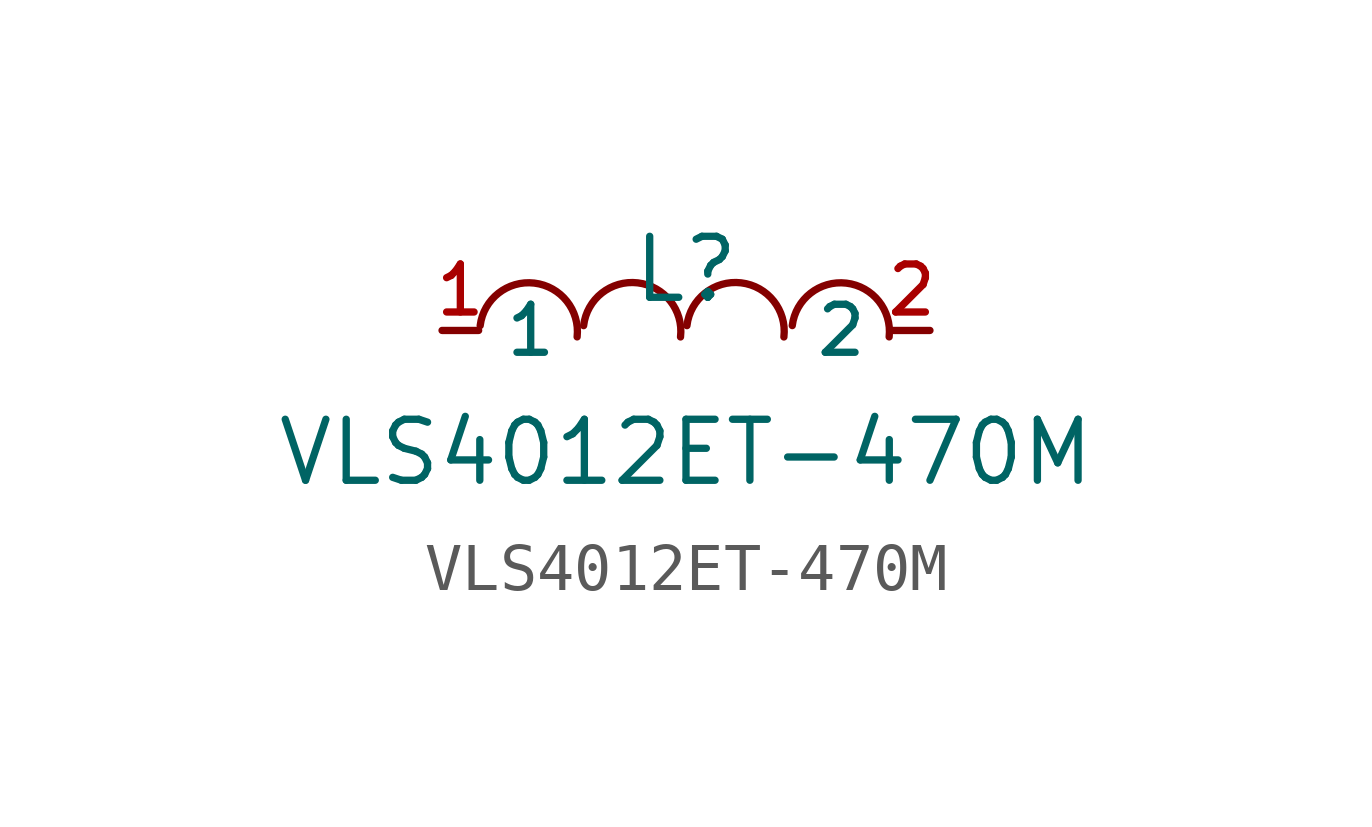
<source format=kicad_sym>
(kicad_symbol_lib
  (version 20210201)
  (generator TousstNicolas/JLC2KiCad_lib)
  (symbol "VLS4012ET-470M"
    (property "Reference" "L"
      (at 0 1.27 0)
      (effects (font (size 1.27 1.27))))
    (property "Value" "VLS4012ET-470M"
      (at 0 -2.54 0)
      (effects (font (size 1.27 1.27))))
    (symbol "VLS4012ET-470M_0_1"
      (pin unspecified line (at 5.08 -0.0 180) (length 0.762) (name "2" (effects (font (size 1 1)))) (number "2" (effects (font (size 1 1)))))
      (pin unspecified line (at -5.08 -0.0 0) (length 0.762) (name "1" (effects (font (size 1 1)))) (number "1" (effects (font (size 1 1)))))
      (arc (start -2.2674329295749627 -0.1341053884638828) (mid -3.159011207982224 0.9926636483439573) (end -4.285780231504512 0.10108535314652943) (stroke (width 0) (type default) (color 0 0 0 0)) (fill (type none)))
      (arc (start -0.11354180781656804 -0.13565983668102555) (mid -1.0048024524285457 0.9913604595340889) (end -2.131822737142134 0.10009980037815772) (stroke (width 0) (type default) (color 0 0 0 0)) (fill (type none)))
      (arc (start 2.0378424949520375 -0.13565983668102555) (mid 1.1465818503400598 0.9913604595340889) (end 0.019561565626471496 0.10009980037815772) (stroke (width 0) (type default) (color 0 0 0 0)) (fill (type none)))
      (arc (start 4.231170015864318 -0.13410572965492382) (mid 3.3395921275494644 0.9926636202288113) (end 2.2128227952408546 0.10108570970264838) (stroke (width 0) (type default) (color 0 0 0 0)) (fill (type none))))))
</source>
